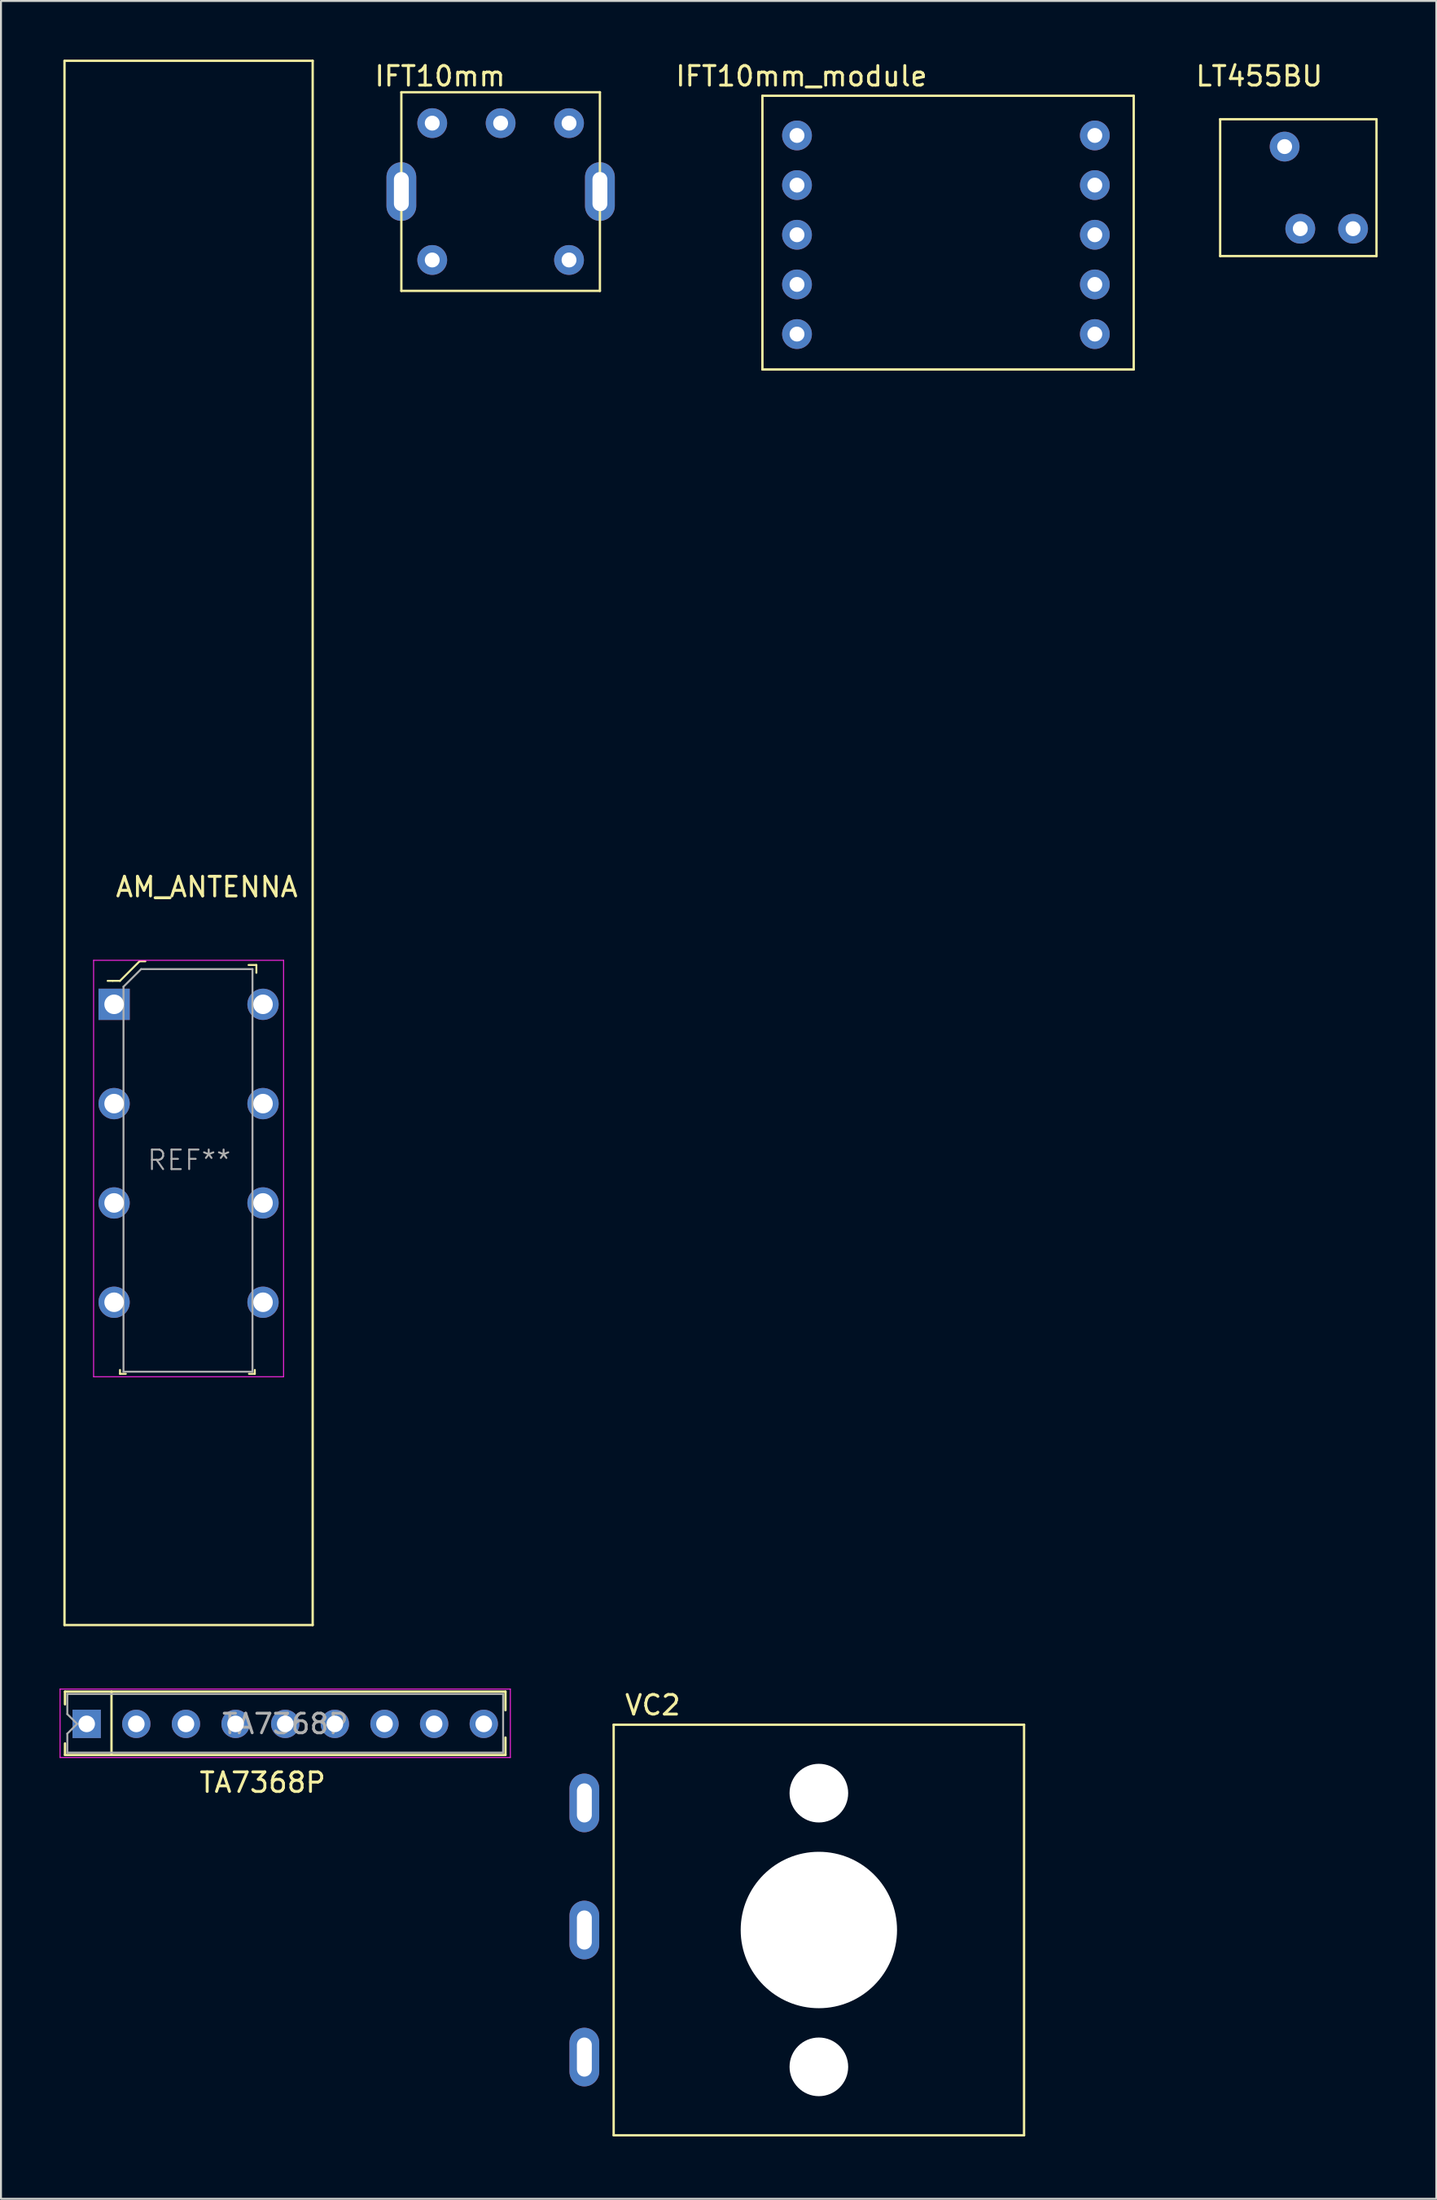
<source format=kicad_pcb>
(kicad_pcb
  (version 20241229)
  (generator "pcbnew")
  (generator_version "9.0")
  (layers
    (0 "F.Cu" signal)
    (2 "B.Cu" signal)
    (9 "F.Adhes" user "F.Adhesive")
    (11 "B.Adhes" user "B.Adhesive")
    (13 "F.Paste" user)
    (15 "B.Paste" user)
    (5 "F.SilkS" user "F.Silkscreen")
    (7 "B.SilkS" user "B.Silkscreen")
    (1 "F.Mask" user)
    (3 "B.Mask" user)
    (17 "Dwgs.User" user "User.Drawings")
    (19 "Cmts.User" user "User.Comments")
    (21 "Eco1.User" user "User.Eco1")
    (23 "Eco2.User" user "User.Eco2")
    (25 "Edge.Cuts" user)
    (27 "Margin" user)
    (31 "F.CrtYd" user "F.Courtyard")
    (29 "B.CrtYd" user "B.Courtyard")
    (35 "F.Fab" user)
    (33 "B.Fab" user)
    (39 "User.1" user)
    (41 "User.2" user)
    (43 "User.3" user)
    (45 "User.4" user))
  (footprint "IFT10mm"
    (layer "F.Cu")
    (at 22.668 6.548)
    (property "Reference" "IFT10mm" (at -3.2 -5.7 0) (layer "F.SilkS") (effects (font (size 1 1) (thickness 0.15))))
    (attr through_hole)
    (fp_line (start -5.18 -4.88) (end -5.18 5.28) (stroke (width 0.12) (type solid)) (layer "F.SilkS"))
    (fp_line (start -5.18 -4.88) (end 4.98 -4.88) (stroke (width 0.12) (type solid)) (layer "F.SilkS"))
    (fp_line (start 4.98 -4.88) (end 4.98 5.28) (stroke (width 0.12) (type solid)) (layer "F.SilkS"))
    (fp_line (start 4.98 5.28) (end -5.18 5.28) (stroke (width 0.12) (type solid)) (layer "F.SilkS"))
    (pad "" thru_hole oval (at -5.18 0.2) (size 1.524 3) (drill oval 0.762 2) (layers "*.Cu" "*.Mask"))
    (pad "" thru_hole oval (at 4.98 0.2) (size 1.524 3) (drill oval 0.762 2) (layers "*.Cu" "*.Mask"))
    (pad "1" thru_hole circle (at 3.4 -3.3) (size 1.524 1.524) (drill 0.762) (layers "*.Cu" "*.Mask"))
    (pad "2" thru_hole circle (at -0.1 -3.3) (size 1.524 1.524) (drill 0.762) (layers "*.Cu" "*.Mask"))
    (pad "3" thru_hole circle (at -3.6 -3.3) (size 1.524 1.524) (drill 0.762) (layers "*.Cu" "*.Mask"))
    (pad "4" thru_hole circle (at -3.6 3.7) (size 1.524 1.524) (drill 0.762) (layers "*.Cu" "*.Mask"))
    (pad "6" thru_hole circle (at 3.4 3.7) (size 1.524 1.524) (drill 0.762) (layers "*.Cu" "*.Mask")))
  (footprint "VC2"
    (layer "F.Cu")
    (at 28.352 106.168)
    (property "Reference" "VC2" (at 2 -22 0) (layer "F.SilkS") (effects (font (size 1 1) (thickness 0.15))))
    (attr through_hole)
    (fp_line (start 0 -21) (end 0 0) (stroke (width 0.12) (type solid)) (layer "F.SilkS"))
    (fp_line (start 0 -21) (end 21 -21) (stroke (width 0.12) (type solid)) (layer "F.SilkS"))
    (fp_line (start 0 0) (end 21 0) (stroke (width 0.12) (type solid)) (layer "F.SilkS"))
    (fp_line (start 21 0) (end 21 -21) (stroke (width 0.12) (type solid)) (layer "F.SilkS"))
    (pad "" np_thru_hole circle (at 10.5 -17.5) (size 3 3) (drill 3) (layers "*.Cu" "*.Mask"))
    (pad "" np_thru_hole circle (at 10.5 -10.5) (size 8 8) (drill 8) (layers "*.Cu" "*.Mask"))
    (pad "" np_thru_hole circle (at 10.5 -3.5) (size 3 3) (drill 3) (layers "*.Cu" "*.Mask"))
    (pad "1" thru_hole oval (at -1.5 -17) (size 1.524 3) (drill oval 0.762 2) (layers "*.Cu" "*.Mask"))
    (pad "2" thru_hole oval (at -1.5 -10.5) (size 1.524 3) (drill oval 0.762 2) (layers "*.Cu" "*.Mask"))
    (pad "3" thru_hole oval (at -1.5 -4) (size 1.524 3) (drill oval 0.762 2) (layers "*.Cu" "*.Mask")))
  (footprint "LT455BU"
    (layer "F.Cu")
    (at 66.187 4.348)
    (property "Reference" "LT455BU" (at -4.8 -3.5 0) (layer "F.SilkS") (effects (font (size 1 1) (thickness 0.15))))
    (attr through_hole)
    (fp_line (start -6.8 -1.3) (end -6.8 5.7) (stroke (width 0.12) (type solid)) (layer "F.SilkS"))
    (fp_line (start -6.8 -1.3) (end 1.2 -1.3) (stroke (width 0.12) (type solid)) (layer "F.SilkS"))
    (fp_line (start -6.8 5.7) (end 1.2 5.7) (stroke (width 0.12) (type solid)) (layer "F.SilkS"))
    (fp_line (start 1.2 -1.3) (end 1.2 5.7) (stroke (width 0.12) (type solid)) (layer "F.SilkS"))
    (pad "1" thru_hole circle (at 0 4.3) (size 1.524 1.524) (drill 0.762) (layers "*.Cu" "*.Mask"))
    (pad "2" thru_hole circle (at -2.7 4.3) (size 1.524 1.524) (drill 0.762) (layers "*.Cu" "*.Mask"))
    (pad "3" thru_hole circle (at -3.5 0.1) (size 1.524 1.524) (drill 0.762) (layers "*.Cu" "*.Mask")))
  (footprint "TA7368P"
    (layer "F.Cu")
    (at 1.385 85.125)
    (property "Reference" "TA7368P" (at 9 3 0) (layer "F.SilkS") (effects (font (size 1 1) (thickness 0.15))))
    (attr through_hole)
    (fp_line (start -1.11 -1.65) (end -1.11 -1) (stroke (width 0.12) (type solid)) (layer "F.SilkS"))
    (fp_line (start -1.11 1.59) (end -1.11 1) (stroke (width 0.12) (type solid)) (layer "F.SilkS"))
    (fp_line (start 1.27 1.59) (end 1.27 -1.65) (stroke (width 0.12) (type solid)) (layer "F.SilkS"))
    (fp_line (start 21.43 -1.65) (end -1.11 -1.65) (stroke (width 0.12) (type solid)) (layer "F.SilkS"))
    (fp_line (start 21.43 -1.65) (end 21.43 -0.7) (stroke (width 0.12) (type solid)) (layer "F.SilkS"))
    (fp_line (start 21.43 1.59) (end -1.11 1.59) (stroke (width 0.12) (type solid)) (layer "F.SilkS"))
    (fp_line (start 21.43 1.59) (end 21.43 0.7) (stroke (width 0.12) (type solid)) (layer "F.SilkS"))
    (fp_line (start -1.36 -1.78) (end 21.68 -1.78) (stroke (width 0.05) (type solid)) (layer "F.CrtYd"))
    (fp_line (start -1.36 1.72) (end -1.36 -1.78) (stroke (width 0.05) (type solid)) (layer "F.CrtYd"))
    (fp_line (start 21.68 -1.78) (end 21.68 1.72) (stroke (width 0.05) (type solid)) (layer "F.CrtYd"))
    (fp_line (start 21.68 1.72) (end -1.36 1.72) (stroke (width 0.05) (type solid)) (layer "F.CrtYd"))
    (fp_line (start -0.99 -1.53) (end -0.99 -0.5) (stroke (width 0.1) (type solid)) (layer "F.Fab"))
    (fp_line (start -0.99 -0.5) (end -0.49 0) (stroke (width 0.1) (type solid)) (layer "F.Fab"))
    (fp_line (start -0.99 0.5) (end -0.99 1.47) (stroke (width 0.1) (type solid)) (layer "F.Fab"))
    (fp_line (start -0.49 0) (end -0.99 0.5) (stroke (width 0.1) (type solid)) (layer "F.Fab"))
    (fp_line (start 21.31 -1.53) (end -0.99 -1.53) (stroke (width 0.1) (type solid)) (layer "F.Fab"))
    (fp_line (start 21.31 -1.53) (end 21.31 1.47) (stroke (width 0.1) (type solid)) (layer "F.Fab"))
    (fp_line (start 21.31 1.47) (end -0.99 1.47) (stroke (width 0.1) (type solid)) (layer "F.Fab"))
    (fp_text user "${REFERENCE}" (at 10.16 0 0) (layer "F.Fab") (effects (font (size 1 1) (thickness 0.15))))
    (pad "1" thru_hole rect (at 0 0 90) (size 1.45 1.45) (drill 0.85) (layers "*.Cu" "*.Mask"))
    (pad "2" thru_hole circle (at 2.54 0 90) (size 1.45 1.45) (drill 0.85) (layers "*.Cu" "*.Mask"))
    (pad "3" thru_hole circle (at 5.08 0 90) (size 1.45 1.45) (drill 0.85) (layers "*.Cu" "*.Mask"))
    (pad "4" thru_hole circle (at 7.62 0 90) (size 1.45 1.45) (drill 0.85) (layers "*.Cu" "*.Mask"))
    (pad "5" thru_hole circle (at 10.16 0 90) (size 1.45 1.45) (drill 0.85) (layers "*.Cu" "*.Mask"))
    (pad "6" thru_hole circle (at 12.7 0 90) (size 1.45 1.45) (drill 0.85) (layers "*.Cu" "*.Mask"))
    (pad "7" thru_hole circle (at 15.24 0 90) (size 1.45 1.45) (drill 0.85) (layers "*.Cu" "*.Mask"))
    (pad "8" thru_hole circle (at 17.78 0 90) (size 1.45 1.45) (drill 0.85) (layers "*.Cu" "*.Mask"))
    (pad "9" thru_hole circle (at 20.32 0 90) (size 1.45 1.45) (drill 0.85) (layers "*.Cu" "*.Mask")))
  (footprint "IFT10mm_module"
    (layer "F.Cu")
    (at 35.964 15.848)
    (property "Reference" "IFT10mm_module" (at 2 -15 0) (layer "F.SilkS") (effects (font (size 1 1) (thickness 0.15))))
    (attr through_hole)
    (fp_line (start 0 -14) (end 19 -14) (stroke (width 0.12) (type solid)) (layer "F.SilkS"))
    (fp_line (start 0 0) (end 0 -14) (stroke (width 0.12) (type solid)) (layer "F.SilkS"))
    (fp_line (start 0 0) (end 19 0) (stroke (width 0.12) (type solid)) (layer "F.SilkS"))
    (fp_line (start 19 -14) (end 19 0) (stroke (width 0.12) (type solid)) (layer "F.SilkS"))
    (pad "1" thru_hole circle (at 1.77 -11.97) (size 1.524 1.524) (drill 0.762) (layers "*.Cu" "*.Mask"))
    (pad "1" thru_hole circle (at 1.77 -9.43) (size 1.524 1.524) (drill 0.762) (layers "*.Cu" "*.Mask"))
    (pad "2" thru_hole circle (at 1.77 -6.89) (size 1.524 1.524) (drill 0.762) (layers "*.Cu" "*.Mask"))
    (pad "3" thru_hole circle (at 1.77 -4.35) (size 1.524 1.524) (drill 0.762) (layers "*.Cu" "*.Mask"))
    (pad "3" thru_hole circle (at 1.77 -1.81) (size 1.524 1.524) (drill 0.762) (layers "*.Cu" "*.Mask"))
    (pad "4" thru_hole circle (at 17.01 -4.35) (size 1.524 1.524) (drill 0.762) (layers "*.Cu" "*.Mask"))
    (pad "4" thru_hole circle (at 17.01 -1.81) (size 1.524 1.524) (drill 0.762) (layers "*.Cu" "*.Mask"))
    (pad "5" thru_hole circle (at 17.01 -6.89) (size 1.524 1.524) (drill 0.762) (layers "*.Cu" "*.Mask"))
    (pad "6" thru_hole circle (at 17.01 -11.97) (size 1.524 1.524) (drill 0.762) (layers "*.Cu" "*.Mask"))
    (pad "6" thru_hole circle (at 17.01 -9.43) (size 1.524 1.524) (drill 0.762) (layers "*.Cu" "*.Mask")))
  (footprint "AM_ANTENNA"
    (layer "F.Cu")
    (at 0.25 80.07)
    (property "Reference" "AM_ANTENNA" (at 2.54 -37.751 0) (layer "F.SilkS") (effects (font (size 1 1) (thickness 0.15)) (justify left)))
    (attr through_hole)
    (fp_line (start 0 -80) (end 0 0) (stroke (width 0.12) (type solid)) (layer "F.SilkS"))
    (fp_line (start 0 0) (end 12.7 0) (stroke (width 0.12) (type solid)) (layer "F.SilkS"))
    (fp_line (start 2.459 -32.95) (end 2.209 -32.95) (stroke (width 0.1) (type solid)) (layer "F.SilkS"))
    (fp_line (start 2.84 -32.95) (end 2.47 -32.95) (stroke (width 0.1) (type solid)) (layer "F.SilkS"))
    (fp_line (start 2.84 -13.05) (end 2.84 -12.851) (stroke (width 0.1) (type solid)) (layer "F.SilkS"))
    (fp_line (start 2.84 -12.851) (end 3.139 -12.851) (stroke (width 0.1) (type solid)) (layer "F.SilkS"))
    (fp_line (start 3.84 -33.95) (end 2.84 -32.95) (stroke (width 0.1) (type solid)) (layer "F.SilkS"))
    (fp_line (start 4.139 -33.95) (end 3.84 -33.95) (stroke (width 0.1) (type solid)) (layer "F.SilkS"))
    (fp_line (start 9.44 -12.851) (end 9.739 -12.851) (stroke (width 0.1) (type solid)) (layer "F.SilkS"))
    (fp_line (start 9.739 -12.851) (end 9.739 -13.05) (stroke (width 0.1) (type solid)) (layer "F.SilkS"))
    (fp_line (start 9.819 -33.761) (end 9.419 -33.761) (stroke (width 0.1) (type solid)) (layer "F.SilkS"))
    (fp_line (start 9.819 -33.361) (end 9.819 -33.761) (stroke (width 0.1) (type solid)) (layer "F.SilkS"))
    (fp_line (start 12.7 -80.01) (end 0 -80.01) (stroke (width 0.12) (type solid)) (layer "F.SilkS"))
    (fp_line (start 12.7 0) (end 12.7 -80.01) (stroke (width 0.12) (type solid)) (layer "F.SilkS"))
    (fp_line (start 1.49 -34.001) (end 1.49 -12.7) (stroke (width 0.05) (type solid)) (layer "F.CrtYd"))
    (fp_line (start 1.49 -34.001) (end 11.21 -34.001) (stroke (width 0.05) (type solid)) (layer "F.CrtYd"))
    (fp_line (start 1.49 -12.7) (end 11.21 -12.7) (stroke (width 0.05) (type solid)) (layer "F.CrtYd"))
    (fp_line (start 11.21 -12.7) (end 11.21 -34.001) (stroke (width 0.05) (type solid)) (layer "F.CrtYd"))
    (fp_line (start 3.019 -32.651) (end 3.019 -12.96) (stroke (width 0.1) (type solid)) (layer "F.Fab"))
    (fp_line (start 3.019 -32.651) (end 3.92 -33.55) (stroke (width 0.1) (type solid)) (layer "F.Fab"))
    (fp_line (start 3.019 -12.96) (end 9.62 -12.96) (stroke (width 0.1) (type solid)) (layer "F.Fab"))
    (fp_line (start 3.92 -33.55) (end 9.62 -33.55) (stroke (width 0.1) (type solid)) (layer "F.Fab"))
    (fp_line (start 9.62 -33.55) (end 9.62 -12.96) (stroke (width 0.1) (type solid)) (layer "F.Fab"))
    (fp_text user "REF**" (at 6.38 -23.78 0) (layer "F.Fab") (effects (font (size 1 1) (thickness 0.1))))
    (pad "1" thru_hole rect (at 2.539 -31.75) (size 1.6 1.6) (drill 1) (layers "*.Cu" "*.Mask"))
    (pad "2" thru_hole circle (at 2.539 -26.671) (size 1.6 1.6) (drill 1) (layers "*.Cu" "*.Mask"))
    (pad "3" thru_hole circle (at 2.539 -21.59) (size 1.6 1.6) (drill 1) (layers "*.Cu" "*.Mask"))
    (pad "4" thru_hole circle (at 2.539 -16.511) (size 1.6 1.6) (drill 1) (layers "*.Cu" "*.Mask"))
    (pad "5" thru_hole circle (at 10.159 -16.511) (size 1.6 1.6) (drill 1) (layers "*.Cu" "*.Mask"))
    (pad "6" thru_hole circle (at 10.159 -21.59) (size 1.6 1.6) (drill 1) (layers "*.Cu" "*.Mask"))
    (pad "7" thru_hole circle (at 10.159 -26.671) (size 1.6 1.6) (drill 1) (layers "*.Cu" "*.Mask"))
    (pad "8" thru_hole circle (at 10.159 -31.75) (size 1.6 1.6) (drill 1) (layers "*.Cu" "*.Mask")))
  (gr_rect
    (start -3 -3)
    (end 70.447 109.418)
    (stroke (width 0.1) (type default))
    (fill no)
    (layer "Edge.Cuts")))
</source>
